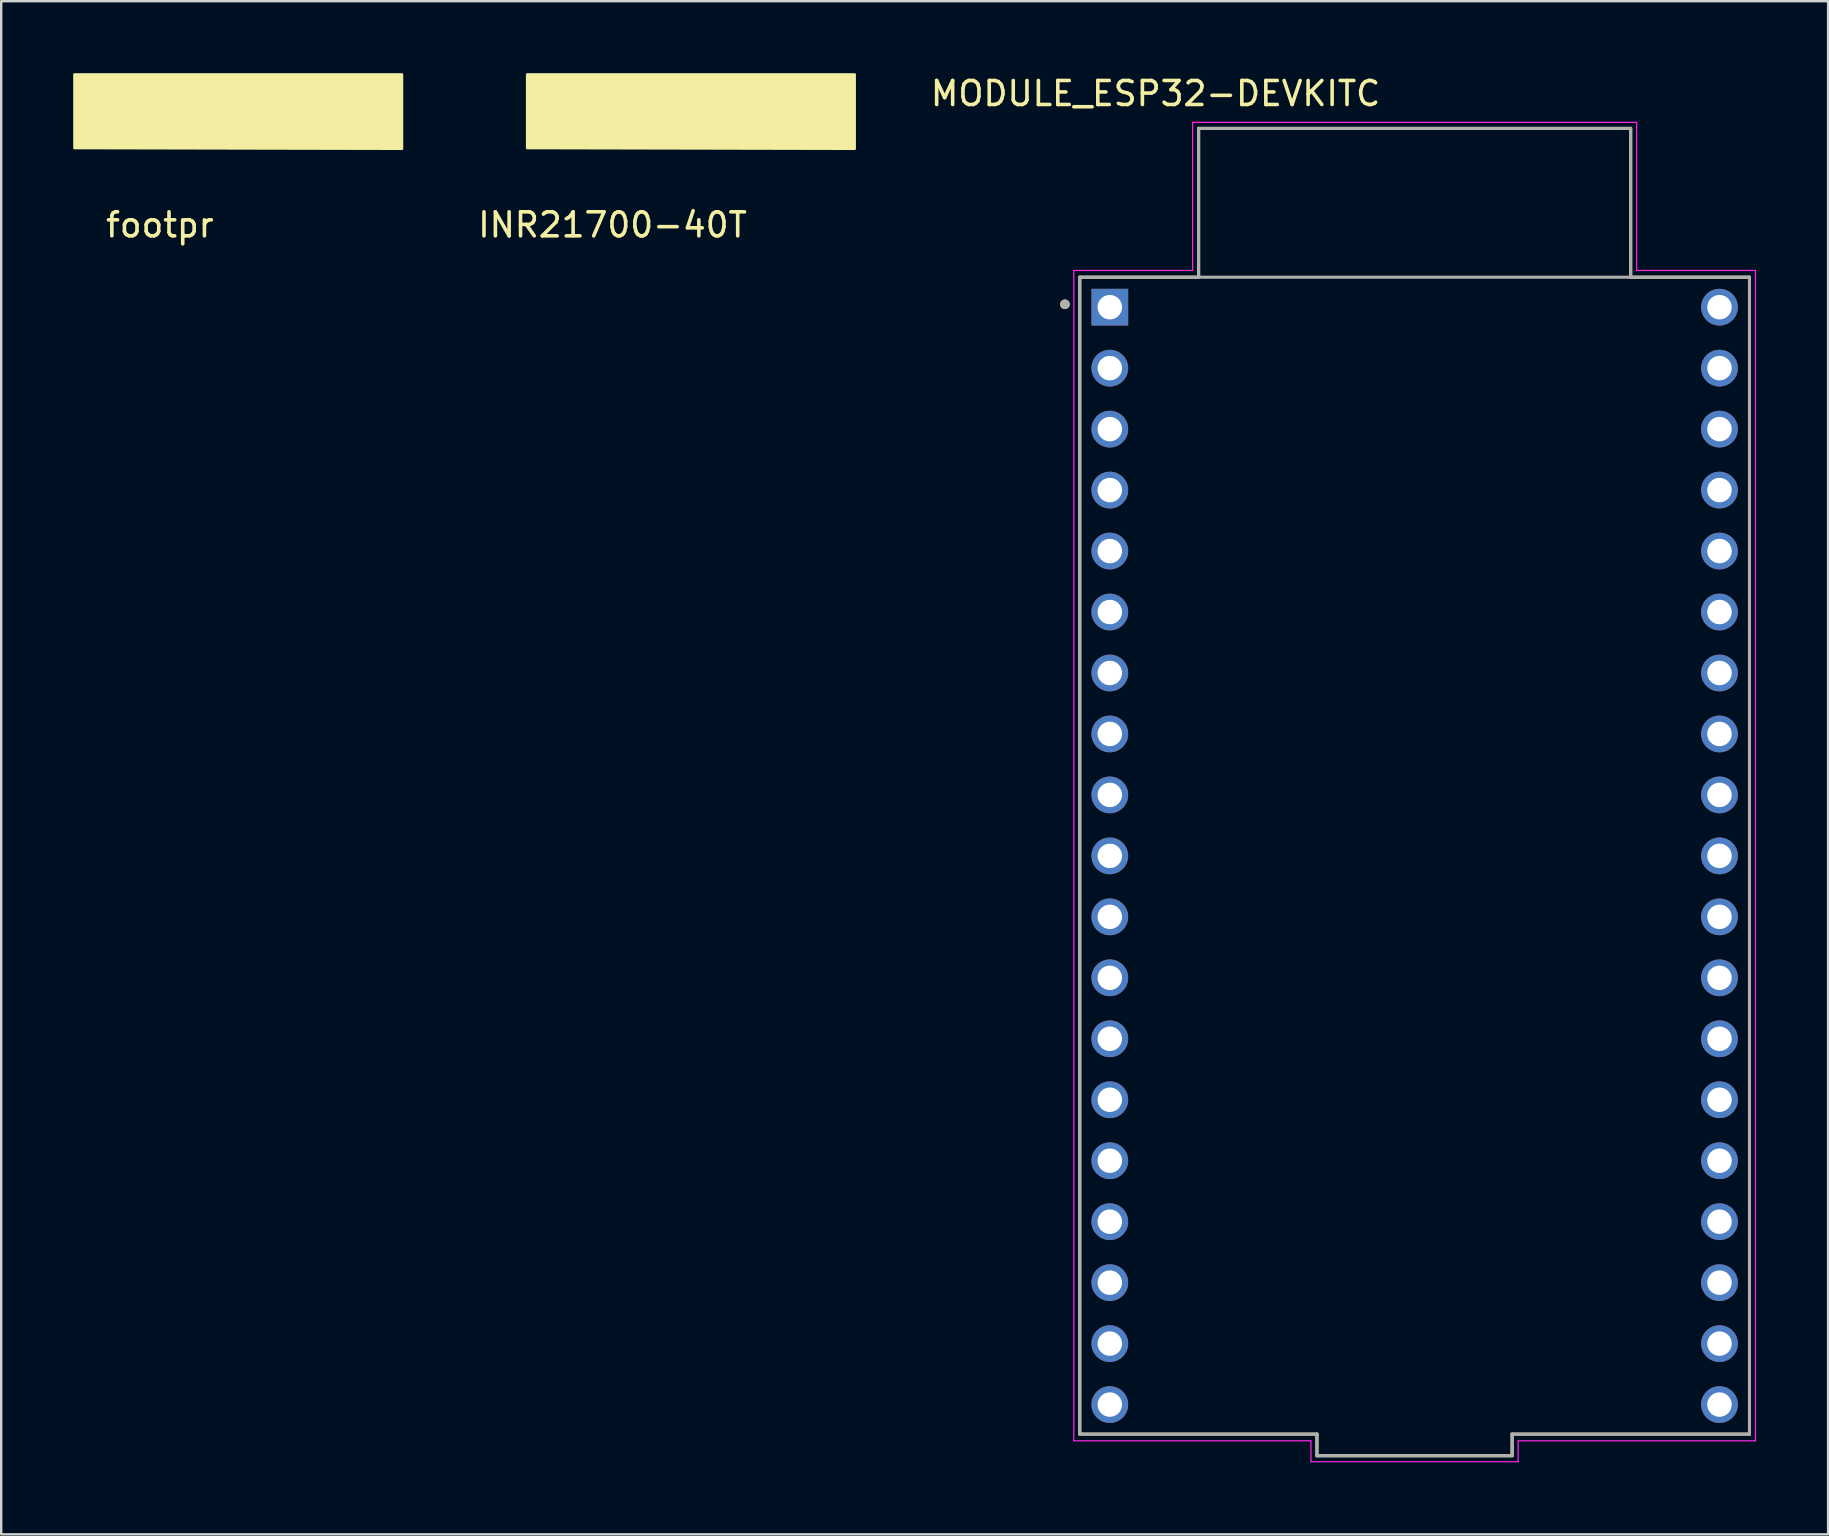
<source format=kicad_pcb>
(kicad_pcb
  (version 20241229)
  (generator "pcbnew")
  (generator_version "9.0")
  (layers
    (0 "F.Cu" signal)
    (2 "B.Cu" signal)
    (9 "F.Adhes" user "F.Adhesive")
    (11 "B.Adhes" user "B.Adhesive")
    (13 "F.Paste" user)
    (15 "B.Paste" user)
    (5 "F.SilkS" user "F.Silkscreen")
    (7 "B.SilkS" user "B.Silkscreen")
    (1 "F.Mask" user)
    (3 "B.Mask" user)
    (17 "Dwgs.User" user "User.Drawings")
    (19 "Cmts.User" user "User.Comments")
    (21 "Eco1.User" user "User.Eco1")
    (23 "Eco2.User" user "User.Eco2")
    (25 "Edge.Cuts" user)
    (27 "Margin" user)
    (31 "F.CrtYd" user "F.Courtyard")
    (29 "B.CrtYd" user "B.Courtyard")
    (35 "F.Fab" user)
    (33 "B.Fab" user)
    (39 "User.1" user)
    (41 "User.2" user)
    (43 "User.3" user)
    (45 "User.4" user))
  (footprint "MODULE_ESP32-DEVKITC"
    (layer "F.Cu")
    (at 55.887 32.598)
    (property "Reference" "MODULE_ESP32-DEVKITC" (at -10.795 -31.75 0) (layer "F.SilkS") (effects (font (size 1 1) (thickness 0.15))))
    (attr through_hole)
    (fp_line (start -13.95 -24.1) (end -13.95 24.1) (stroke (width 0.127) (type solid)) (layer "F.SilkS"))
    (fp_line (start -13.95 24.1) (end -4.07 24.1) (stroke (width 0.127) (type solid)) (layer "F.SilkS"))
    (fp_line (start -9 -30.3) (end 9 -30.3) (stroke (width 0.127) (type solid)) (layer "F.SilkS"))
    (fp_line (start -9 -24.1) (end -13.95 -24.1) (stroke (width 0.127) (type solid)) (layer "F.SilkS"))
    (fp_line (start -9 -24.1) (end -9 -30.3) (stroke (width 0.127) (type solid)) (layer "F.SilkS"))
    (fp_line (start -4.07 24.1) (end -4.07 25) (stroke (width 0.127) (type solid)) (layer "F.SilkS"))
    (fp_line (start -4.07 25) (end 4.06 25) (stroke (width 0.127) (type solid)) (layer "F.SilkS"))
    (fp_line (start 4.06 24.1) (end 13.95 24.1) (stroke (width 0.127) (type solid)) (layer "F.SilkS"))
    (fp_line (start 4.06 25) (end 4.06 24.1) (stroke (width 0.127) (type solid)) (layer "F.SilkS"))
    (fp_line (start 9 -30.3) (end 9 -24.1) (stroke (width 0.127) (type solid)) (layer "F.SilkS"))
    (fp_line (start 13.95 -24.1) (end 9 -24.1) (stroke (width 0.127) (type solid)) (layer "F.SilkS"))
    (fp_line (start 13.95 24.1) (end 13.95 -24.1) (stroke (width 0.127) (type solid)) (layer "F.SilkS"))
    (fp_circle (center -14.57 -22.97) (end -14.47 -22.97) (stroke (width 0.2) (type solid)) (fill no) (layer "F.SilkS"))
    (fp_line (start -14.2 -24.38) (end -14.2 24.38) (stroke (width 0.05) (type solid)) (layer "F.CrtYd"))
    (fp_line (start -14.2 24.38) (end -4.32 24.38) (stroke (width 0.05) (type solid)) (layer "F.CrtYd"))
    (fp_line (start -9.25 -30.55) (end 9.25 -30.55) (stroke (width 0.05) (type solid)) (layer "F.CrtYd"))
    (fp_line (start -9.25 -24.38) (end -14.2 -24.38) (stroke (width 0.05) (type solid)) (layer "F.CrtYd"))
    (fp_line (start -9.25 -24.38) (end -9.25 -30.55) (stroke (width 0.05) (type solid)) (layer "F.CrtYd"))
    (fp_line (start -4.32 24.38) (end -4.32 25.25) (stroke (width 0.05) (type solid)) (layer "F.CrtYd"))
    (fp_line (start -4.32 25.25) (end 4.31 25.25) (stroke (width 0.05) (type solid)) (layer "F.CrtYd"))
    (fp_line (start 4.31 24.38) (end 14.2 24.38) (stroke (width 0.05) (type solid)) (layer "F.CrtYd"))
    (fp_line (start 4.31 25.25) (end 4.31 24.38) (stroke (width 0.05) (type solid)) (layer "F.CrtYd"))
    (fp_line (start 9.25 -30.55) (end 9.25 -24.38) (stroke (width 0.05) (type solid)) (layer "F.CrtYd"))
    (fp_line (start 14.2 -24.38) (end 9.25 -24.38) (stroke (width 0.05) (type solid)) (layer "F.CrtYd"))
    (fp_line (start 14.2 24.38) (end 14.2 -24.38) (stroke (width 0.05) (type solid)) (layer "F.CrtYd"))
    (fp_line (start -13.95 -24.1) (end -13.95 24.1) (stroke (width 0.127) (type solid)) (layer "F.Fab"))
    (fp_line (start -13.95 24.1) (end -4.07 24.1) (stroke (width 0.127) (type solid)) (layer "F.Fab"))
    (fp_line (start -9 -30.3) (end 9 -30.3) (stroke (width 0.127) (type solid)) (layer "F.Fab"))
    (fp_line (start -9 -24.1) (end -13.95 -24.1) (stroke (width 0.127) (type solid)) (layer "F.Fab"))
    (fp_line (start -9 -24.1) (end -9 -30.3) (stroke (width 0.127) (type solid)) (layer "F.Fab"))
    (fp_line (start -4.07 24.1) (end -4.07 25) (stroke (width 0.127) (type solid)) (layer "F.Fab"))
    (fp_line (start -4.07 25) (end 4.06 25) (stroke (width 0.127) (type solid)) (layer "F.Fab"))
    (fp_line (start 4.06 24.1) (end 13.95 24.1) (stroke (width 0.127) (type solid)) (layer "F.Fab"))
    (fp_line (start 4.06 25) (end 4.06 24.1) (stroke (width 0.127) (type solid)) (layer "F.Fab"))
    (fp_line (start 9 -30.3) (end 9 -24.1) (stroke (width 0.127) (type solid)) (layer "F.Fab"))
    (fp_line (start 9 -24.1) (end -9 -24.1) (stroke (width 0.127) (type solid)) (layer "F.Fab"))
    (fp_line (start 13.95 -24.1) (end 9 -24.1) (stroke (width 0.127) (type solid)) (layer "F.Fab"))
    (fp_line (start 13.95 24.1) (end 13.95 -24.1) (stroke (width 0.127) (type solid)) (layer "F.Fab"))
    (fp_circle (center -14.57 -22.97) (end -14.47 -22.97) (stroke (width 0.2) (type solid)) (fill no) (layer "F.Fab"))
    (pad "1" thru_hole rect (at -12.7 -22.85) (size 1.53 1.53) (drill 1.02) (layers "*.Cu" "*.Mask"))
    (pad "2" thru_hole circle (at -12.7 -20.31) (size 1.53 1.53) (drill 1.02) (layers "*.Cu" "*.Mask"))
    (pad "3" thru_hole circle (at -12.7 -17.77) (size 1.53 1.53) (drill 1.02) (layers "*.Cu" "*.Mask"))
    (pad "4" thru_hole circle (at -12.7 -15.23) (size 1.53 1.53) (drill 1.02) (layers "*.Cu" "*.Mask"))
    (pad "5" thru_hole circle (at -12.7 -12.69) (size 1.53 1.53) (drill 1.02) (layers "*.Cu" "*.Mask"))
    (pad "6" thru_hole circle (at -12.7 -10.15) (size 1.53 1.53) (drill 1.02) (layers "*.Cu" "*.Mask"))
    (pad "7" thru_hole circle (at -12.7 -7.61) (size 1.53 1.53) (drill 1.02) (layers "*.Cu" "*.Mask"))
    (pad "8" thru_hole circle (at -12.7 -5.07) (size 1.53 1.53) (drill 1.02) (layers "*.Cu" "*.Mask"))
    (pad "9" thru_hole circle (at -12.7 -2.53) (size 1.53 1.53) (drill 1.02) (layers "*.Cu" "*.Mask"))
    (pad "10" thru_hole circle (at -12.7 0.01) (size 1.53 1.53) (drill 1.02) (layers "*.Cu" "*.Mask"))
    (pad "11" thru_hole circle (at -12.7 2.55) (size 1.53 1.53) (drill 1.02) (layers "*.Cu" "*.Mask"))
    (pad "12" thru_hole circle (at -12.7 5.09) (size 1.53 1.53) (drill 1.02) (layers "*.Cu" "*.Mask"))
    (pad "13" thru_hole circle (at -12.7 7.63) (size 1.53 1.53) (drill 1.02) (layers "*.Cu" "*.Mask"))
    (pad "14" thru_hole circle (at -12.7 10.17) (size 1.53 1.53) (drill 1.02) (layers "*.Cu" "*.Mask"))
    (pad "15" thru_hole circle (at -12.7 12.71) (size 1.53 1.53) (drill 1.02) (layers "*.Cu" "*.Mask"))
    (pad "16" thru_hole circle (at -12.7 15.25) (size 1.53 1.53) (drill 1.02) (layers "*.Cu" "*.Mask"))
    (pad "17" thru_hole circle (at -12.7 17.79) (size 1.53 1.53) (drill 1.02) (layers "*.Cu" "*.Mask"))
    (pad "18" thru_hole circle (at -12.7 20.33) (size 1.53 1.53) (drill 1.02) (layers "*.Cu" "*.Mask"))
    (pad "19" thru_hole circle (at -12.7 22.87) (size 1.53 1.53) (drill 1.02) (layers "*.Cu" "*.Mask"))
    (pad "20" thru_hole circle (at 12.7 22.87) (size 1.53 1.53) (drill 1.02) (layers "*.Cu" "*.Mask"))
    (pad "21" thru_hole circle (at 12.7 20.33) (size 1.53 1.53) (drill 1.02) (layers "*.Cu" "*.Mask"))
    (pad "22" thru_hole circle (at 12.7 17.79) (size 1.53 1.53) (drill 1.02) (layers "*.Cu" "*.Mask"))
    (pad "23" thru_hole circle (at 12.7 15.25) (size 1.53 1.53) (drill 1.02) (layers "*.Cu" "*.Mask"))
    (pad "24" thru_hole circle (at 12.7 12.71) (size 1.53 1.53) (drill 1.02) (layers "*.Cu" "*.Mask"))
    (pad "25" thru_hole circle (at 12.7 10.17) (size 1.53 1.53) (drill 1.02) (layers "*.Cu" "*.Mask"))
    (pad "26" thru_hole circle (at 12.7 7.63) (size 1.53 1.53) (drill 1.02) (layers "*.Cu" "*.Mask"))
    (pad "27" thru_hole circle (at 12.7 5.09) (size 1.53 1.53) (drill 1.02) (layers "*.Cu" "*.Mask"))
    (pad "28" thru_hole circle (at 12.7 2.55) (size 1.53 1.53) (drill 1.02) (layers "*.Cu" "*.Mask"))
    (pad "29" thru_hole circle (at 12.7 0.01) (size 1.53 1.53) (drill 1.02) (layers "*.Cu" "*.Mask"))
    (pad "30" thru_hole circle (at 12.7 -2.53) (size 1.53 1.53) (drill 1.02) (layers "*.Cu" "*.Mask"))
    (pad "31" thru_hole circle (at 12.7 -5.07) (size 1.53 1.53) (drill 1.02) (layers "*.Cu" "*.Mask"))
    (pad "32" thru_hole circle (at 12.7 -7.61) (size 1.53 1.53) (drill 1.02) (layers "*.Cu" "*.Mask"))
    (pad "33" thru_hole circle (at 12.7 -10.15) (size 1.53 1.53) (drill 1.02) (layers "*.Cu" "*.Mask"))
    (pad "34" thru_hole circle (at 12.7 -12.69) (size 1.53 1.53) (drill 1.02) (layers "*.Cu" "*.Mask"))
    (pad "35" thru_hole circle (at 12.7 -15.23) (size 1.53 1.53) (drill 1.02) (layers "*.Cu" "*.Mask"))
    (pad "36" thru_hole circle (at 12.7 -17.77) (size 1.53 1.53) (drill 1.02) (layers "*.Cu" "*.Mask"))
    (pad "37" thru_hole circle (at 12.7 -20.31) (size 1.53 1.53) (drill 1.02) (layers "*.Cu" "*.Mask"))
    (pad "38" thru_hole circle (at 12.7 -22.85) (size 1.53 1.53) (drill 1.02) (layers "*.Cu" "*.Mask")))
  (footprint "INR21700-40T"
    (layer "F.Cu")
    (at 26 4.92)
    (property "Reference" "INR21700-40T" (at -3.53 1.4 0) (layer "F.SilkS") (effects (font (size 1 1) (thickness 0.15))))
    (attr through_hole)
    (fp_poly (pts (xy 6.56 -1.77) (xy -7.09 -1.8) (xy -7.09 -4.87) (xy 6.56 -4.87)) (stroke (width 0.1) (type solid)) (fill yes) (layer "F.SilkS")))
  (footprint "footpr"
    (layer "F.Cu")
    (at 7.14 4.92)
    (property "Reference" "footpr" (at -3.53 1.4 0) (layer "F.SilkS") (effects (font (size 1 1) (thickness 0.15))))
    (attr through_hole)
    (fp_poly (pts (xy 6.56 -1.77) (xy -7.09 -1.8) (xy -7.09 -4.87) (xy 6.56 -4.87)) (stroke (width 0.1) (type solid)) (fill yes) (layer "F.SilkS")))
  (gr_rect
    (start -3 -3)
    (end 73.112 60.873)
    (stroke (width 0.1) (type default))
    (fill no)
    (layer "Edge.Cuts")))
</source>
